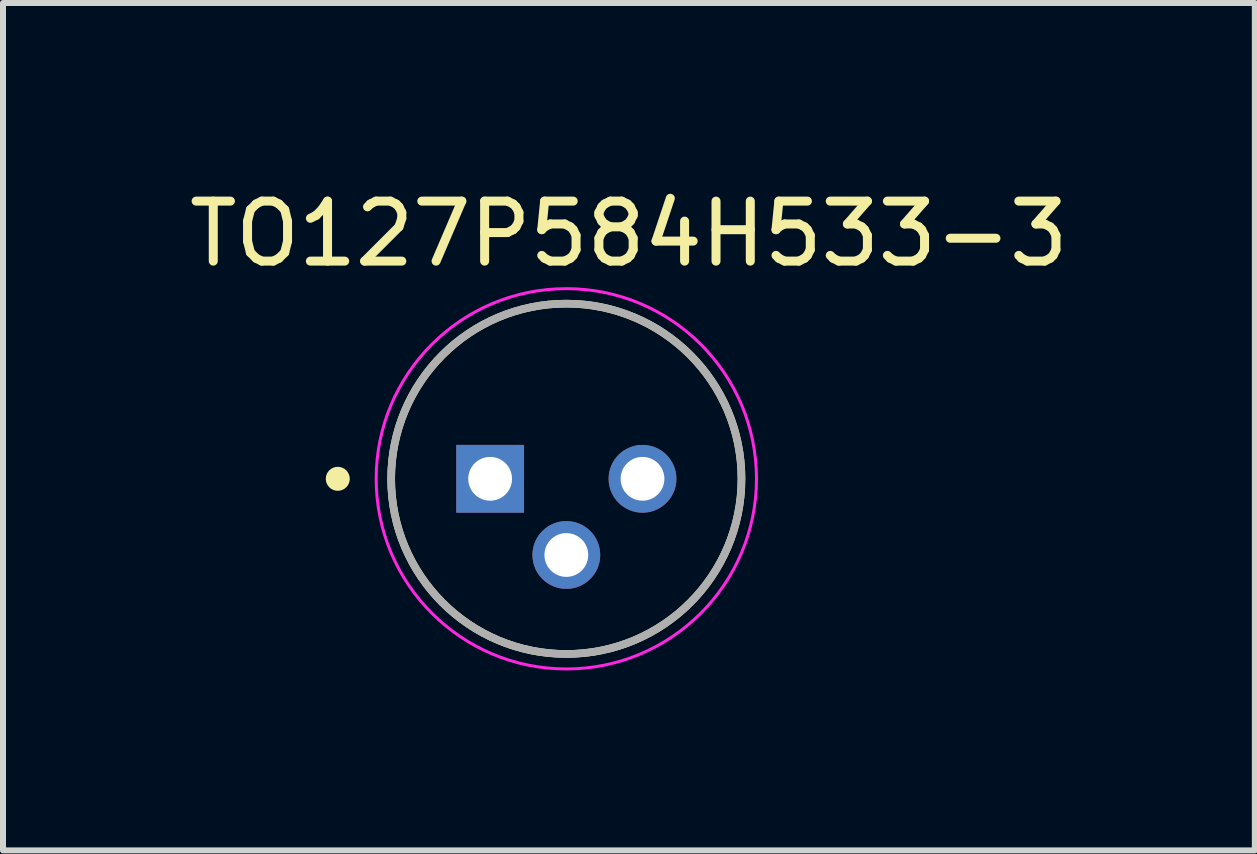
<source format=kicad_pcb>
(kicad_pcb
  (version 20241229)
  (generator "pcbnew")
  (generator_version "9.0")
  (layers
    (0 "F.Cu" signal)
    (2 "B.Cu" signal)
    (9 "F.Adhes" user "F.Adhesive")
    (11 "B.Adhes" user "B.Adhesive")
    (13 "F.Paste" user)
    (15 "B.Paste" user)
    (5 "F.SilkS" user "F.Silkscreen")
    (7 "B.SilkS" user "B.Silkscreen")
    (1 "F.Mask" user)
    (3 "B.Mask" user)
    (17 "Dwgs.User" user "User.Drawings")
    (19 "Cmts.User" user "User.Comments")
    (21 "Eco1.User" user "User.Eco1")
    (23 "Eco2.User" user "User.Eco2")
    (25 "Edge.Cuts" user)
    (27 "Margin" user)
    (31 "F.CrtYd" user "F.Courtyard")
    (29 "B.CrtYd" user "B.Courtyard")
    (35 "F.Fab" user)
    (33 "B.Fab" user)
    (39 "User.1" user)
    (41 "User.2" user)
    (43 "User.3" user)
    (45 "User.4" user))
  (footprint "TO127P584H533-3"
    (layer "F.Cu")
    (at 6.391 4.932)
    (property "Reference" "TO127P584H533-3" (at 1.043 -4.084 0) (layer "F.SilkS") (effects (font (size 1 1) (thickness 0.15))))
    (attr through_hole)
    (fp_circle (center -3.81 0) (end -3.71 0) (stroke (width 0.2) (type solid)) (fill no) (layer "F.SilkS"))
    (fp_circle (center 0 0) (end 2.92 0) (stroke (width 0.127) (type solid)) (fill no) (layer "F.SilkS"))
    (fp_circle (center 0 0) (end 3.17 0) (stroke (width 0.05) (type solid)) (fill no) (layer "F.CrtYd"))
    (fp_circle (center 0 0) (end 2.92 0) (stroke (width 0.127) (type solid)) (fill no) (layer "F.Fab"))
    (pad "1" thru_hole rect (at -1.27 0) (size 1.13 1.13) (drill 0.73) (layers "*.Cu" "*.Mask"))
    (pad "2" thru_hole circle (at 0 1.27) (size 1.13 1.13) (drill 0.73) (layers "*.Cu" "*.Mask"))
    (pad "3" thru_hole circle (at 1.27 0) (size 1.13 1.13) (drill 0.73) (layers "*.Cu" "*.Mask")))
  (gr_rect
    (start -3 -3)
    (end 17.869 11.127)
    (stroke (width 0.1) (type default))
    (fill no)
    (layer "Edge.Cuts")))
</source>
